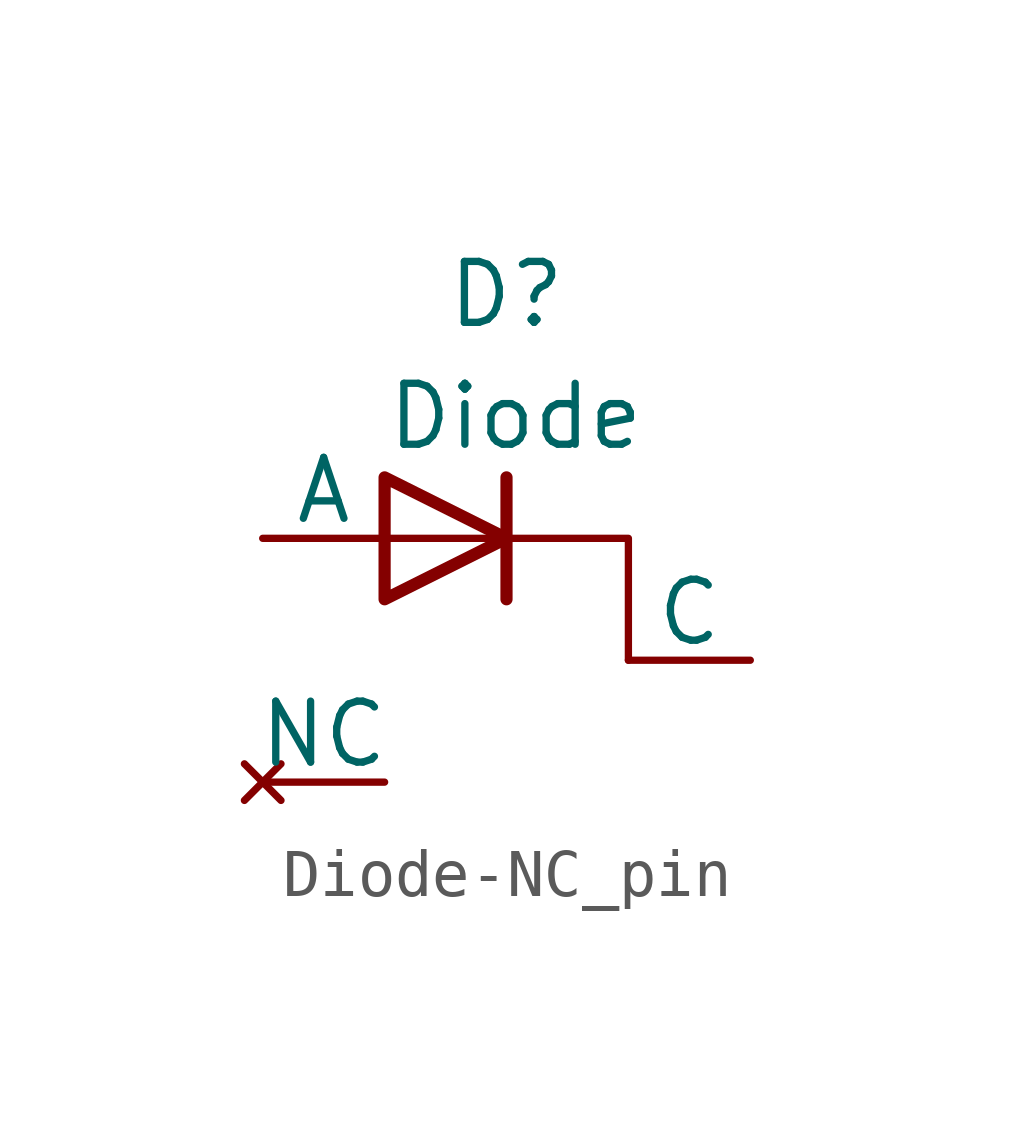
<source format=kicad_sym>
(kicad_symbol_lib
  (version 20220914)
  (generator kicad_symbol_editor)
  (symbol "Diode-NC_pin"
    (pin_numbers hide)
    (pin_names
      (offset 0))
    (property "Reference" "D"
      (at 0 7.62 0)
      (effects (font (size 1.27 1.27))))
    (property "Value" "Diode"
      (at -2.54 5.08 0)
      (effects (font (size 1.27 1.27)) (justify left)))
    (symbol "Diode-NC_pin_0_1"
      (polyline (pts (xy -2.54 2.54) (xy 0 2.54)) (stroke (width 0) (type default)) (fill (type none)))
      (polyline (pts (xy 0 1.27) (xy 0 3.81)) (stroke (width 0.254) (type default)) (fill (type none)))
      (polyline (pts (xy 2.54 0) (xy 2.54 2.54) (xy 0 2.54)) (stroke (width 0) (type default)) (fill (type none)))
      (polyline (pts (xy -2.54 1.27) (xy -2.54 3.81) (xy 0 2.54) (xy -2.54 1.27)) (stroke (width 0.254) (type default)) (fill (type none))))
    (symbol "Diode-NC_pin_1_1"
      (pin passive line (at -5.08 2.54 0) (length 2.54) (name "A" (effects (font (size 1.27 1.27)))) (number "1" (effects (font (size 1.27 1.27)))))
      (pin passive line (at 5.08 0 180) (length 2.54) (name "C" (effects (font (size 1.27 1.27)))) (number "2" (effects (font (size 1.27 1.27)))))
      (pin no_connect line (at -5.08 -2.54 0) (length 2.54) (name "NC" (effects (font (size 1.27 1.27)))) (number "3" (effects (font (size 1.27 1.27))))))))
</source>
